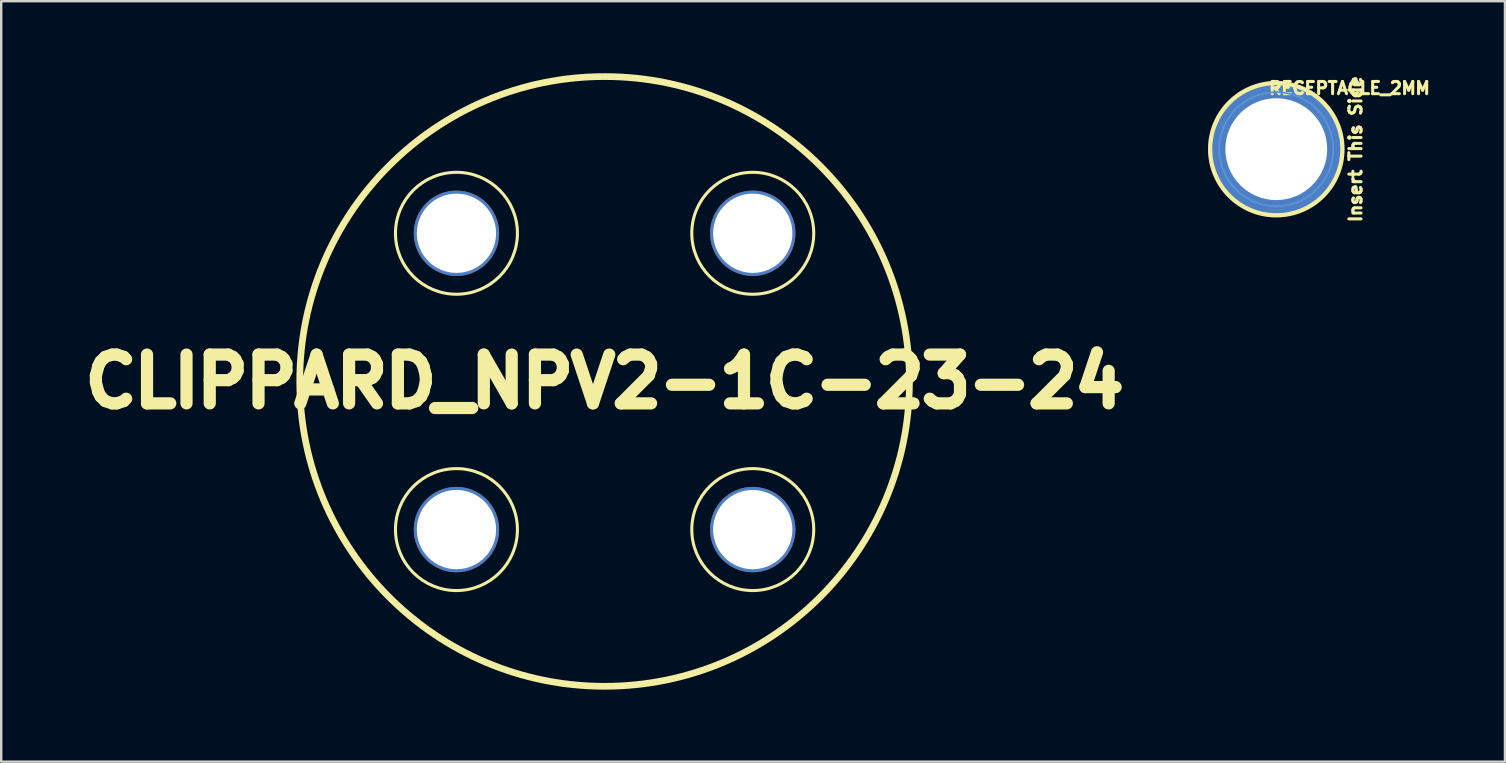
<source format=kicad_pcb>
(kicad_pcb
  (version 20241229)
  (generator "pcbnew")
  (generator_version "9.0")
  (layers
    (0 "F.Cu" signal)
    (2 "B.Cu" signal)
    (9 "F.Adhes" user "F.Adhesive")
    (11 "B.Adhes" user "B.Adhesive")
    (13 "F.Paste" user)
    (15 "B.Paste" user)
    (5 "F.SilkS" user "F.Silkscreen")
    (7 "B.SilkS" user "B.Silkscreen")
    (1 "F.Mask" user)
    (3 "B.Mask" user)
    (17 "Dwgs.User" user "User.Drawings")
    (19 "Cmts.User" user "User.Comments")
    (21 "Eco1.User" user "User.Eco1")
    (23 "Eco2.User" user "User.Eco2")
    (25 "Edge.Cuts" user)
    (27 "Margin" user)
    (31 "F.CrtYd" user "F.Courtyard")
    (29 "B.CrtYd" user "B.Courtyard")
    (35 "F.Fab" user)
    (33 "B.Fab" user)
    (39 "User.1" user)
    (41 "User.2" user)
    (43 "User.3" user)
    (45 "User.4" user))
  (footprint "RECEPTACLE_2MM"
    (layer "F.Cu")
    (at 50.118 3.164)
    (property "Reference" "RECEPTACLE_2MM" (at 3.048 -2.54 0) (layer "F.SilkS") (effects (font (size 0.508 0.508) (thickness 0.127))))
    (attr through_hole)
    (fp_circle (center 0 0) (end 2.756 0) (stroke (width 0.178) (type solid)) (fill no) (layer "F.SilkS"))
    (fp_circle (center 0 0) (end 2.375 0) (stroke (width 0.076) (type solid)) (fill no) (layer "Cmts.User"))
    (fp_text user "Insert This Side" (at 3.302 0 90) (layer "F.SilkS") (effects (font (size 0.508 0.508) (thickness 0.127))))
    (pad "1" thru_hole circle (at 0 0) (size 5.512 5.512) (drill 4.242) (layers "*.Cu" "*.Mask")))
  (footprint "CLIPPARD_NPV2-1C-23-24"
    (layer "F.Cu")
    (at 22.137 12.84)
    (property "Reference" "CLIPPARD_NPV2-1C-23-24" (at 0 0 0) (layer "F.SilkS") (effects (font (size 2.032 2.032) (thickness 0.508))))
    (attr through_hole)
    (fp_circle (center -6.172 -6.172) (end -3.632 -6.172) (stroke (width 0.127) (type solid)) (fill no) (layer "F.SilkS"))
    (fp_circle (center -6.172 6.172) (end -3.632 6.172) (stroke (width 0.127) (type solid)) (fill no) (layer "F.SilkS"))
    (fp_circle (center 0 0) (end 12.7 0) (stroke (width 0.279) (type solid)) (fill no) (layer "F.SilkS"))
    (fp_circle (center 6.172 -6.172) (end 8.712 -6.172) (stroke (width 0.127) (type solid)) (fill no) (layer "F.SilkS"))
    (fp_circle (center 6.172 6.172) (end 8.712 6.172) (stroke (width 0.127) (type solid)) (fill no) (layer "F.SilkS"))
    (pad "" thru_hole circle (at -6.172 -6.172) (size 3.556 3.556) (drill 3.302) (layers "*.Cu" "*.Mask"))
    (pad "" thru_hole circle (at -6.172 6.172) (size 3.556 3.556) (drill 3.302) (layers "*.Cu" "*.Mask"))
    (pad "" thru_hole circle (at 6.172 -6.172) (size 3.556 3.556) (drill 3.302) (layers "*.Cu" "*.Mask"))
    (pad "" thru_hole circle (at 6.172 6.172) (size 3.556 3.556) (drill 3.302) (layers "*.Cu" "*.Mask")))
  (gr_rect
    (start -3 -3)
    (end 59.644 28.679)
    (stroke (width 0.1) (type default))
    (fill no)
    (layer "Edge.Cuts")))
</source>
